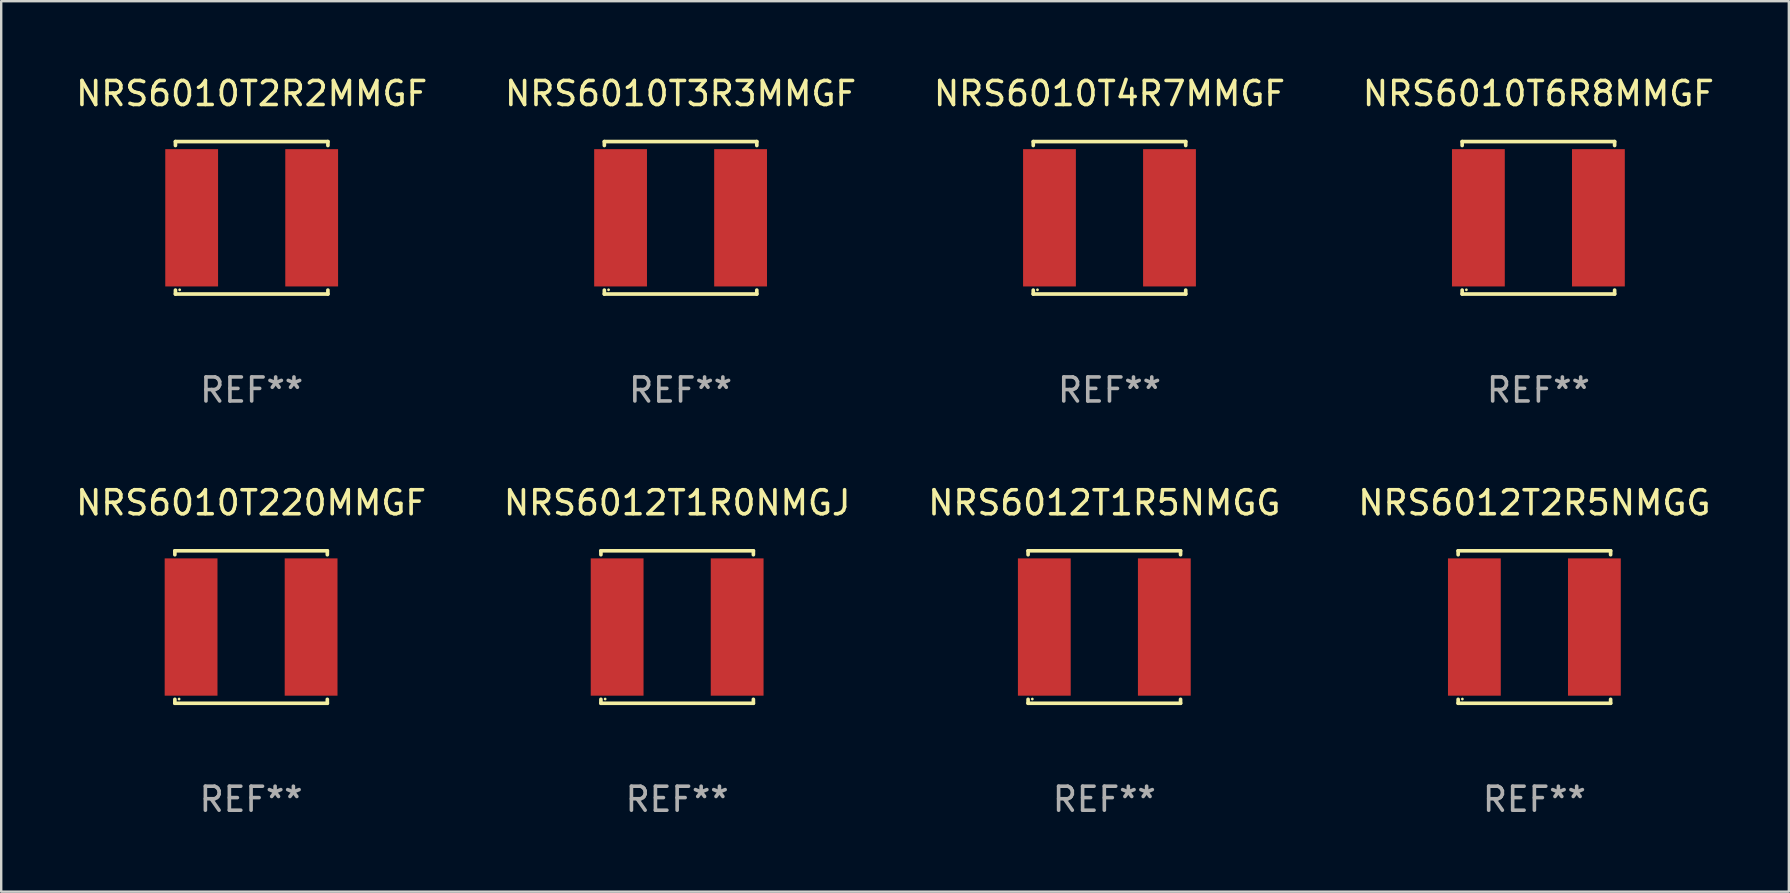
<source format=kicad_pcb>
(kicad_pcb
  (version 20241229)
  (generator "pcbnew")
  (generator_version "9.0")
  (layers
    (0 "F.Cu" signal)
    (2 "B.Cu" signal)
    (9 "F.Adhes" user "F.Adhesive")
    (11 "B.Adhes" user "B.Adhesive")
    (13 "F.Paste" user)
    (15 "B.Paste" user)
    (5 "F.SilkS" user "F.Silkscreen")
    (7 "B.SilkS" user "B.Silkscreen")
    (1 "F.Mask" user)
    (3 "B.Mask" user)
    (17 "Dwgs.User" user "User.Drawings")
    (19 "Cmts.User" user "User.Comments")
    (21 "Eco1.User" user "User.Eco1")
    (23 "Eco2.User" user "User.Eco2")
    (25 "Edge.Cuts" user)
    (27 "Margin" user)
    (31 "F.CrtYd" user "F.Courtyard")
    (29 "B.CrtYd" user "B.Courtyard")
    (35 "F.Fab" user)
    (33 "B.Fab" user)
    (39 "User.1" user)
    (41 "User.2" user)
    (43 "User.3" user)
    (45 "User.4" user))
  (footprint "NRS6012T2R5NMGG"
    (layer "F.Cu")
    (at 60.875 23.073)
    (property "Reference" "NRS6012T2R5NMGG" (at 0 -5.176 0) (layer "F.SilkS") (effects (font (size 1 1) (thickness 0.15))))
    (attr through_hole)
    (fp_line (start -3.176 -3.176) (end 3.176 -3.176) (stroke (width 0.152) (type solid)) (layer "F.SilkS"))
    (fp_line (start -3.176 -3.012) (end -3.176 -3.176) (stroke (width 0.152) (type solid)) (layer "F.SilkS"))
    (fp_line (start -3.176 3.012) (end -3.176 3.176) (stroke (width 0.152) (type solid)) (layer "F.SilkS"))
    (fp_line (start -3.176 3.176) (end 3.176 3.176) (stroke (width 0.152) (type solid)) (layer "F.SilkS"))
    (fp_line (start 3.176 -3.176) (end 3.176 -3.012) (stroke (width 0.152) (type solid)) (layer "F.SilkS"))
    (fp_line (start 3.176 3.176) (end 3.176 3.012) (stroke (width 0.152) (type solid)) (layer "F.SilkS"))
    (fp_circle (center -3 3) (end -2.97 3) (stroke (width 0.06) (type solid)) (fill no) (layer "F.SilkS"))
    (fp_text user "REF**" (at 0 7.176 0) (layer "F.Fab") (effects (font (size 1 1) (thickness 0.15))))
    (pad "1" smd rect (at -2.5 0) (size 2.2 5.72) (layers "F.Cu" "F.Mask" "F.Paste"))
    (pad "2" smd rect (at 2.5 0) (size 2.2 5.72) (layers "F.Cu" "F.Mask" "F.Paste")))
  (footprint "NRS6010T2R2MMGF"
    (layer "F.Cu")
    (at 7.435 6.024)
    (property "Reference" "NRS6010T2R2MMGF" (at 0 -5.176 0) (layer "F.SilkS") (effects (font (size 1 1) (thickness 0.15))))
    (attr through_hole)
    (fp_line (start -3.176 -3.176) (end 3.176 -3.176) (stroke (width 0.152) (type solid)) (layer "F.SilkS"))
    (fp_line (start -3.176 -3.012) (end -3.176 -3.176) (stroke (width 0.152) (type solid)) (layer "F.SilkS"))
    (fp_line (start -3.176 3.012) (end -3.176 3.176) (stroke (width 0.152) (type solid)) (layer "F.SilkS"))
    (fp_line (start -3.176 3.176) (end 3.176 3.176) (stroke (width 0.152) (type solid)) (layer "F.SilkS"))
    (fp_line (start 3.176 -3.176) (end 3.176 -3.012) (stroke (width 0.152) (type solid)) (layer "F.SilkS"))
    (fp_line (start 3.176 3.176) (end 3.176 3.012) (stroke (width 0.152) (type solid)) (layer "F.SilkS"))
    (fp_circle (center -3 3) (end -2.97 3) (stroke (width 0.06) (type solid)) (fill no) (layer "F.SilkS"))
    (fp_text user "REF**" (at 0 7.176 0) (layer "F.Fab") (effects (font (size 1 1) (thickness 0.15))))
    (pad "1" smd rect (at -2.5 0) (size 2.2 5.72) (layers "F.Cu" "F.Mask" "F.Paste"))
    (pad "2" smd rect (at 2.5 0) (size 2.2 5.72) (layers "F.Cu" "F.Mask" "F.Paste")))
  (footprint "NRS6010T220MMGF"
    (layer "F.Cu")
    (at 7.411 23.073)
    (property "Reference" "NRS6010T220MMGF" (at 0 -5.176 0) (layer "F.SilkS") (effects (font (size 1 1) (thickness 0.15))))
    (attr through_hole)
    (fp_line (start -3.176 -3.176) (end 3.176 -3.176) (stroke (width 0.152) (type solid)) (layer "F.SilkS"))
    (fp_line (start -3.176 -3.012) (end -3.176 -3.176) (stroke (width 0.152) (type solid)) (layer "F.SilkS"))
    (fp_line (start -3.176 3.012) (end -3.176 3.176) (stroke (width 0.152) (type solid)) (layer "F.SilkS"))
    (fp_line (start -3.176 3.176) (end 3.176 3.176) (stroke (width 0.152) (type solid)) (layer "F.SilkS"))
    (fp_line (start 3.176 -3.176) (end 3.176 -3.012) (stroke (width 0.152) (type solid)) (layer "F.SilkS"))
    (fp_line (start 3.176 3.176) (end 3.176 3.012) (stroke (width 0.152) (type solid)) (layer "F.SilkS"))
    (fp_circle (center -3 3) (end -2.97 3) (stroke (width 0.06) (type solid)) (fill no) (layer "F.SilkS"))
    (fp_text user "REF**" (at 0 7.176 0) (layer "F.Fab") (effects (font (size 1 1) (thickness 0.15))))
    (pad "1" smd rect (at -2.5 0) (size 2.2 5.72) (layers "F.Cu" "F.Mask" "F.Paste"))
    (pad "2" smd rect (at 2.5 0) (size 2.2 5.72) (layers "F.Cu" "F.Mask" "F.Paste")))
  (footprint "NRS6012T1R5NMGG"
    (layer "F.Cu")
    (at 42.958 23.073)
    (property "Reference" "NRS6012T1R5NMGG" (at 0 -5.176 0) (layer "F.SilkS") (effects (font (size 1 1) (thickness 0.15))))
    (attr through_hole)
    (fp_line (start -3.176 -3.176) (end 3.176 -3.176) (stroke (width 0.152) (type solid)) (layer "F.SilkS"))
    (fp_line (start -3.176 -3.012) (end -3.176 -3.176) (stroke (width 0.152) (type solid)) (layer "F.SilkS"))
    (fp_line (start -3.176 3.012) (end -3.176 3.176) (stroke (width 0.152) (type solid)) (layer "F.SilkS"))
    (fp_line (start -3.176 3.176) (end 3.176 3.176) (stroke (width 0.152) (type solid)) (layer "F.SilkS"))
    (fp_line (start 3.176 -3.176) (end 3.176 -3.012) (stroke (width 0.152) (type solid)) (layer "F.SilkS"))
    (fp_line (start 3.176 3.176) (end 3.176 3.012) (stroke (width 0.152) (type solid)) (layer "F.SilkS"))
    (fp_circle (center -3 3) (end -2.97 3) (stroke (width 0.06) (type solid)) (fill no) (layer "F.SilkS"))
    (fp_text user "REF**" (at 0 7.176 0) (layer "F.Fab") (effects (font (size 1 1) (thickness 0.15))))
    (pad "1" smd rect (at -2.5 0) (size 2.2 5.72) (layers "F.Cu" "F.Mask" "F.Paste"))
    (pad "2" smd rect (at 2.5 0) (size 2.2 5.72) (layers "F.Cu" "F.Mask" "F.Paste")))
  (footprint "NRS6010T3R3MMGF"
    (layer "F.Cu")
    (at 25.304 6.024)
    (property "Reference" "NRS6010T3R3MMGF" (at 0 -5.176 0) (layer "F.SilkS") (effects (font (size 1 1) (thickness 0.15))))
    (attr through_hole)
    (fp_line (start -3.176 -3.176) (end 3.176 -3.176) (stroke (width 0.152) (type solid)) (layer "F.SilkS"))
    (fp_line (start -3.176 -3.012) (end -3.176 -3.176) (stroke (width 0.152) (type solid)) (layer "F.SilkS"))
    (fp_line (start -3.176 3.012) (end -3.176 3.176) (stroke (width 0.152) (type solid)) (layer "F.SilkS"))
    (fp_line (start -3.176 3.176) (end 3.176 3.176) (stroke (width 0.152) (type solid)) (layer "F.SilkS"))
    (fp_line (start 3.176 -3.176) (end 3.176 -3.012) (stroke (width 0.152) (type solid)) (layer "F.SilkS"))
    (fp_line (start 3.176 3.176) (end 3.176 3.012) (stroke (width 0.152) (type solid)) (layer "F.SilkS"))
    (fp_circle (center -3 3) (end -2.97 3) (stroke (width 0.06) (type solid)) (fill no) (layer "F.SilkS"))
    (fp_text user "REF**" (at 0 7.176 0) (layer "F.Fab") (effects (font (size 1 1) (thickness 0.15))))
    (pad "1" smd rect (at -2.5 0) (size 2.2 5.72) (layers "F.Cu" "F.Mask" "F.Paste"))
    (pad "2" smd rect (at 2.5 0) (size 2.2 5.72) (layers "F.Cu" "F.Mask" "F.Paste")))
  (footprint "NRS6010T6R8MMGF"
    (layer "F.Cu")
    (at 61.042 6.024)
    (property "Reference" "NRS6010T6R8MMGF" (at 0 -5.176 0) (layer "F.SilkS") (effects (font (size 1 1) (thickness 0.15))))
    (attr through_hole)
    (fp_line (start -3.176 -3.176) (end 3.176 -3.176) (stroke (width 0.152) (type solid)) (layer "F.SilkS"))
    (fp_line (start -3.176 -3.012) (end -3.176 -3.176) (stroke (width 0.152) (type solid)) (layer "F.SilkS"))
    (fp_line (start -3.176 3.012) (end -3.176 3.176) (stroke (width 0.152) (type solid)) (layer "F.SilkS"))
    (fp_line (start -3.176 3.176) (end 3.176 3.176) (stroke (width 0.152) (type solid)) (layer "F.SilkS"))
    (fp_line (start 3.176 -3.176) (end 3.176 -3.012) (stroke (width 0.152) (type solid)) (layer "F.SilkS"))
    (fp_line (start 3.176 3.176) (end 3.176 3.012) (stroke (width 0.152) (type solid)) (layer "F.SilkS"))
    (fp_circle (center -3 3) (end -2.97 3) (stroke (width 0.06) (type solid)) (fill no) (layer "F.SilkS"))
    (fp_text user "REF**" (at 0 7.176 0) (layer "F.Fab") (effects (font (size 1 1) (thickness 0.15))))
    (pad "1" smd rect (at -2.5 0) (size 2.2 5.72) (layers "F.Cu" "F.Mask" "F.Paste"))
    (pad "2" smd rect (at 2.5 0) (size 2.2 5.72) (layers "F.Cu" "F.Mask" "F.Paste")))
  (footprint "NRS6012T1R0NMGJ"
    (layer "F.Cu")
    (at 25.161 23.073)
    (property "Reference" "NRS6012T1R0NMGJ" (at 0 -5.176 0) (layer "F.SilkS") (effects (font (size 1 1) (thickness 0.15))))
    (attr through_hole)
    (fp_line (start -3.176 -3.176) (end 3.176 -3.176) (stroke (width 0.152) (type solid)) (layer "F.SilkS"))
    (fp_line (start -3.176 -3.012) (end -3.176 -3.176) (stroke (width 0.152) (type solid)) (layer "F.SilkS"))
    (fp_line (start -3.176 3.012) (end -3.176 3.176) (stroke (width 0.152) (type solid)) (layer "F.SilkS"))
    (fp_line (start -3.176 3.176) (end 3.176 3.176) (stroke (width 0.152) (type solid)) (layer "F.SilkS"))
    (fp_line (start 3.176 -3.176) (end 3.176 -3.012) (stroke (width 0.152) (type solid)) (layer "F.SilkS"))
    (fp_line (start 3.176 3.176) (end 3.176 3.012) (stroke (width 0.152) (type solid)) (layer "F.SilkS"))
    (fp_circle (center -3 3) (end -2.97 3) (stroke (width 0.06) (type solid)) (fill no) (layer "F.SilkS"))
    (fp_text user "REF**" (at 0 7.176 0) (layer "F.Fab") (effects (font (size 1 1) (thickness 0.15))))
    (pad "1" smd rect (at -2.5 0) (size 2.2 5.72) (layers "F.Cu" "F.Mask" "F.Paste"))
    (pad "2" smd rect (at 2.5 0) (size 2.2 5.72) (layers "F.Cu" "F.Mask" "F.Paste")))
  (footprint "NRS6010T4R7MMGF"
    (layer "F.Cu")
    (at 43.173 6.024)
    (property "Reference" "NRS6010T4R7MMGF" (at 0 -5.176 0) (layer "F.SilkS") (effects (font (size 1 1) (thickness 0.15))))
    (attr through_hole)
    (fp_line (start -3.176 -3.176) (end 3.176 -3.176) (stroke (width 0.152) (type solid)) (layer "F.SilkS"))
    (fp_line (start -3.176 -3.012) (end -3.176 -3.176) (stroke (width 0.152) (type solid)) (layer "F.SilkS"))
    (fp_line (start -3.176 3.012) (end -3.176 3.176) (stroke (width 0.152) (type solid)) (layer "F.SilkS"))
    (fp_line (start -3.176 3.176) (end 3.176 3.176) (stroke (width 0.152) (type solid)) (layer "F.SilkS"))
    (fp_line (start 3.176 -3.176) (end 3.176 -3.012) (stroke (width 0.152) (type solid)) (layer "F.SilkS"))
    (fp_line (start 3.176 3.176) (end 3.176 3.012) (stroke (width 0.152) (type solid)) (layer "F.SilkS"))
    (fp_circle (center -3 3) (end -2.97 3) (stroke (width 0.06) (type solid)) (fill no) (layer "F.SilkS"))
    (fp_text user "REF**" (at 0 7.176 0) (layer "F.Fab") (effects (font (size 1 1) (thickness 0.15))))
    (pad "1" smd rect (at -2.5 0) (size 2.2 5.72) (layers "F.Cu" "F.Mask" "F.Paste"))
    (pad "2" smd rect (at 2.5 0) (size 2.2 5.72) (layers "F.Cu" "F.Mask" "F.Paste")))
  (gr_rect
    (start -3 -3)
    (end 71.476 34.098)
    (stroke (width 0.1) (type default))
    (fill no)
    (layer "Edge.Cuts")))
</source>
